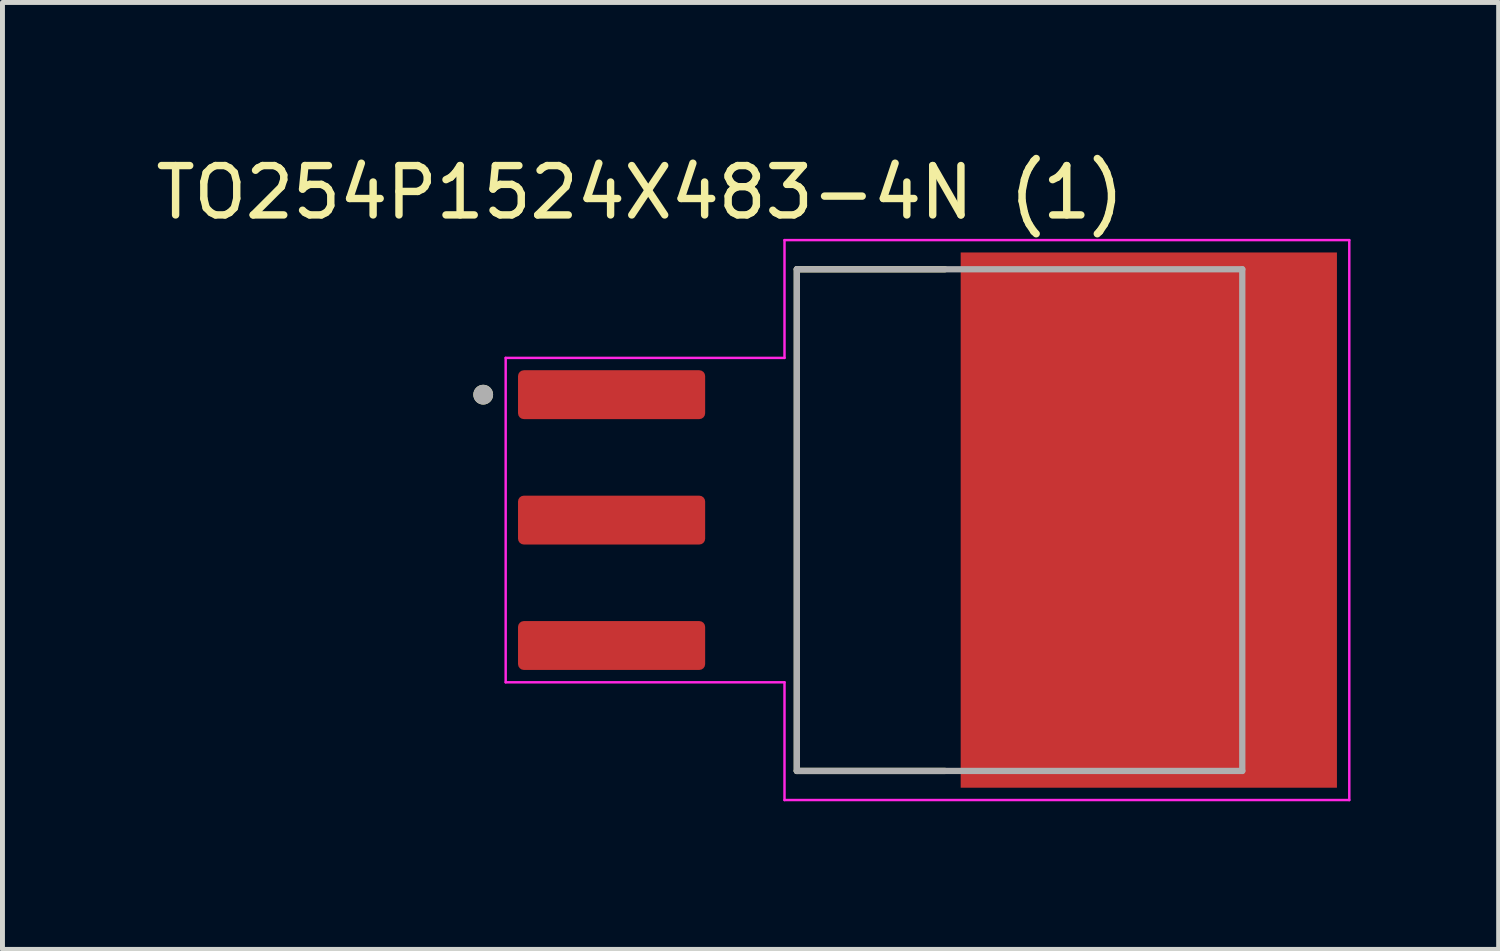
<source format=kicad_pcb>
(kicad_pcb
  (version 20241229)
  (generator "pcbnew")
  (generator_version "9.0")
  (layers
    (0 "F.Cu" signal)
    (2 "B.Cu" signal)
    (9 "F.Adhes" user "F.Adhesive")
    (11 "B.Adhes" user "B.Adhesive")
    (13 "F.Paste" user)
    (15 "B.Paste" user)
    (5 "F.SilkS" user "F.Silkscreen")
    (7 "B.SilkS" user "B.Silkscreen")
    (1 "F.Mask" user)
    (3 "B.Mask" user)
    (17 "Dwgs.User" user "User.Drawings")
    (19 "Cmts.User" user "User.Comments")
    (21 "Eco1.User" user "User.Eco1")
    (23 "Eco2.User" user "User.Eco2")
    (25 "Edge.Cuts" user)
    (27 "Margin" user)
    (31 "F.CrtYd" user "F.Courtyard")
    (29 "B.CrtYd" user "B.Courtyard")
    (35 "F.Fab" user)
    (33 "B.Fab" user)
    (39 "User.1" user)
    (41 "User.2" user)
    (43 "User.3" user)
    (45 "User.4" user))
  (footprint "TO254P1524X483-4N (1)"
    (layer "F.Cu")
    (at 15.736 7.483)
    (property "Reference" "TO254P1524X483-4N (1)" (at -5.825 -6.635 0) (layer "F.SilkS") (effects (font (size 1 1) (thickness 0.15))))
    (attr smd)
    (fp_line (start -2.648 -5.08) (end -2.648 5.08) (stroke (width 0.127) (type solid)) (layer "F.SilkS"))
    (fp_line (start -2.648 5.08) (end 0.35 5.08) (stroke (width 0.127) (type solid)) (layer "F.SilkS"))
    (fp_line (start 0.35 -5.08) (end -2.648 -5.08) (stroke (width 0.127) (type solid)) (layer "F.SilkS"))
    (fp_circle (center -9 -2.54) (end -8.9 -2.54) (stroke (width 0.2) (type solid)) (fill no) (layer "F.SilkS"))
    (fp_poly (pts (xy 1.215 -5.13) (xy 2.665 -5.13) (xy 2.665 -3.87) (xy 1.215 -3.87)) (stroke (width 0.01) (type solid)) (fill yes) (layer "F.Paste"))
    (fp_poly (pts (xy 1.215 -3.33) (xy 2.665 -3.33) (xy 2.665 -2.07) (xy 1.215 -2.07)) (stroke (width 0.01) (type solid)) (fill yes) (layer "F.Paste"))
    (fp_poly (pts (xy 1.215 -1.53) (xy 2.665 -1.53) (xy 2.665 -0.27) (xy 1.215 -0.27)) (stroke (width 0.01) (type solid)) (fill yes) (layer "F.Paste"))
    (fp_poly (pts (xy 1.215 0.27) (xy 2.665 0.27) (xy 2.665 1.53) (xy 1.215 1.53)) (stroke (width 0.01) (type solid)) (fill yes) (layer "F.Paste"))
    (fp_poly (pts (xy 1.215 2.07) (xy 2.665 2.07) (xy 2.665 3.33) (xy 1.215 3.33)) (stroke (width 0.01) (type solid)) (fill yes) (layer "F.Paste"))
    (fp_poly (pts (xy 1.215 3.87) (xy 2.665 3.87) (xy 2.665 5.13) (xy 1.215 5.13)) (stroke (width 0.01) (type solid)) (fill yes) (layer "F.Paste"))
    (fp_poly (pts (xy 3.755 -5.13) (xy 5.205 -5.13) (xy 5.205 -3.87) (xy 3.755 -3.87)) (stroke (width 0.01) (type solid)) (fill yes) (layer "F.Paste"))
    (fp_poly (pts (xy 3.755 -3.33) (xy 5.205 -3.33) (xy 5.205 -2.07) (xy 3.755 -2.07)) (stroke (width 0.01) (type solid)) (fill yes) (layer "F.Paste"))
    (fp_poly (pts (xy 3.755 -1.53) (xy 5.205 -1.53) (xy 5.205 -0.27) (xy 3.755 -0.27)) (stroke (width 0.01) (type solid)) (fill yes) (layer "F.Paste"))
    (fp_poly (pts (xy 3.755 0.27) (xy 5.205 0.27) (xy 5.205 1.53) (xy 3.755 1.53)) (stroke (width 0.01) (type solid)) (fill yes) (layer "F.Paste"))
    (fp_poly (pts (xy 3.755 2.07) (xy 5.205 2.07) (xy 5.205 3.33) (xy 3.755 3.33)) (stroke (width 0.01) (type solid)) (fill yes) (layer "F.Paste"))
    (fp_poly (pts (xy 3.755 3.87) (xy 5.205 3.87) (xy 5.205 5.13) (xy 3.755 5.13)) (stroke (width 0.01) (type solid)) (fill yes) (layer "F.Paste"))
    (fp_poly (pts (xy 6.295 -5.13) (xy 7.745 -5.13) (xy 7.745 -3.87) (xy 6.295 -3.87)) (stroke (width 0.01) (type solid)) (fill yes) (layer "F.Paste"))
    (fp_poly (pts (xy 6.295 -3.33) (xy 7.745 -3.33) (xy 7.745 -2.07) (xy 6.295 -2.07)) (stroke (width 0.01) (type solid)) (fill yes) (layer "F.Paste"))
    (fp_poly (pts (xy 6.295 -1.53) (xy 7.745 -1.53) (xy 7.745 -0.27) (xy 6.295 -0.27)) (stroke (width 0.01) (type solid)) (fill yes) (layer "F.Paste"))
    (fp_poly (pts (xy 6.295 0.27) (xy 7.745 0.27) (xy 7.745 1.53) (xy 6.295 1.53)) (stroke (width 0.01) (type solid)) (fill yes) (layer "F.Paste"))
    (fp_poly (pts (xy 6.295 2.07) (xy 7.745 2.07) (xy 7.745 3.33) (xy 6.295 3.33)) (stroke (width 0.01) (type solid)) (fill yes) (layer "F.Paste"))
    (fp_poly (pts (xy 6.295 3.87) (xy 7.745 3.87) (xy 7.745 5.13) (xy 6.295 5.13)) (stroke (width 0.01) (type solid)) (fill yes) (layer "F.Paste"))
    (fp_line (start -8.545 -3.285) (end -8.545 3.285) (stroke (width 0.05) (type solid)) (layer "F.CrtYd"))
    (fp_line (start -8.545 3.285) (end -2.898 3.285) (stroke (width 0.05) (type solid)) (layer "F.CrtYd"))
    (fp_line (start -2.898 -5.67) (end -2.898 -3.285) (stroke (width 0.05) (type solid)) (layer "F.CrtYd"))
    (fp_line (start -2.898 -3.285) (end -8.545 -3.285) (stroke (width 0.05) (type solid)) (layer "F.CrtYd"))
    (fp_line (start -2.898 3.285) (end -2.898 5.67) (stroke (width 0.05) (type solid)) (layer "F.CrtYd"))
    (fp_line (start -2.898 5.67) (end 8.54 5.67) (stroke (width 0.05) (type solid)) (layer "F.CrtYd"))
    (fp_line (start 8.54 -5.67) (end -2.898 -5.67) (stroke (width 0.05) (type solid)) (layer "F.CrtYd"))
    (fp_line (start 8.54 5.67) (end 8.54 -5.67) (stroke (width 0.05) (type solid)) (layer "F.CrtYd"))
    (fp_line (start -2.648 -5.08) (end 6.373 -5.08) (stroke (width 0.127) (type solid)) (layer "F.Fab"))
    (fp_line (start -2.648 5.08) (end -2.648 -5.08) (stroke (width 0.127) (type solid)) (layer "F.Fab"))
    (fp_line (start 6.373 -5.08) (end 6.373 5.08) (stroke (width 0.127) (type solid)) (layer "F.Fab"))
    (fp_line (start 6.373 5.08) (end -2.648 5.08) (stroke (width 0.127) (type solid)) (layer "F.Fab"))
    (fp_circle (center -9 -2.54) (end -8.9 -2.54) (stroke (width 0.2) (type solid)) (fill no) (layer "F.Fab"))
    (pad "1" smd roundrect (at -6.4 -2.54) (size 3.79 0.99) (layers "F.Cu" "F.Mask" "F.Paste") (roundrect_rratio 0.12))
    (pad "2" smd roundrect (at -6.4 0) (size 3.79 0.99) (layers "F.Cu" "F.Mask" "F.Paste") (roundrect_rratio 0.12))
    (pad "3" smd roundrect (at -6.4 2.54) (size 3.79 0.99) (layers "F.Cu" "F.Mask" "F.Paste") (roundrect_rratio 0.12))
    (pad "4" smd rect (at 4.48 0) (size 7.62 10.84) (layers "F.Cu" "F.Mask")))
  (gr_rect
    (start -3 -3)
    (end 27.301 16.178)
    (stroke (width 0.1) (type default))
    (fill no)
    (layer "Edge.Cuts")))
</source>
